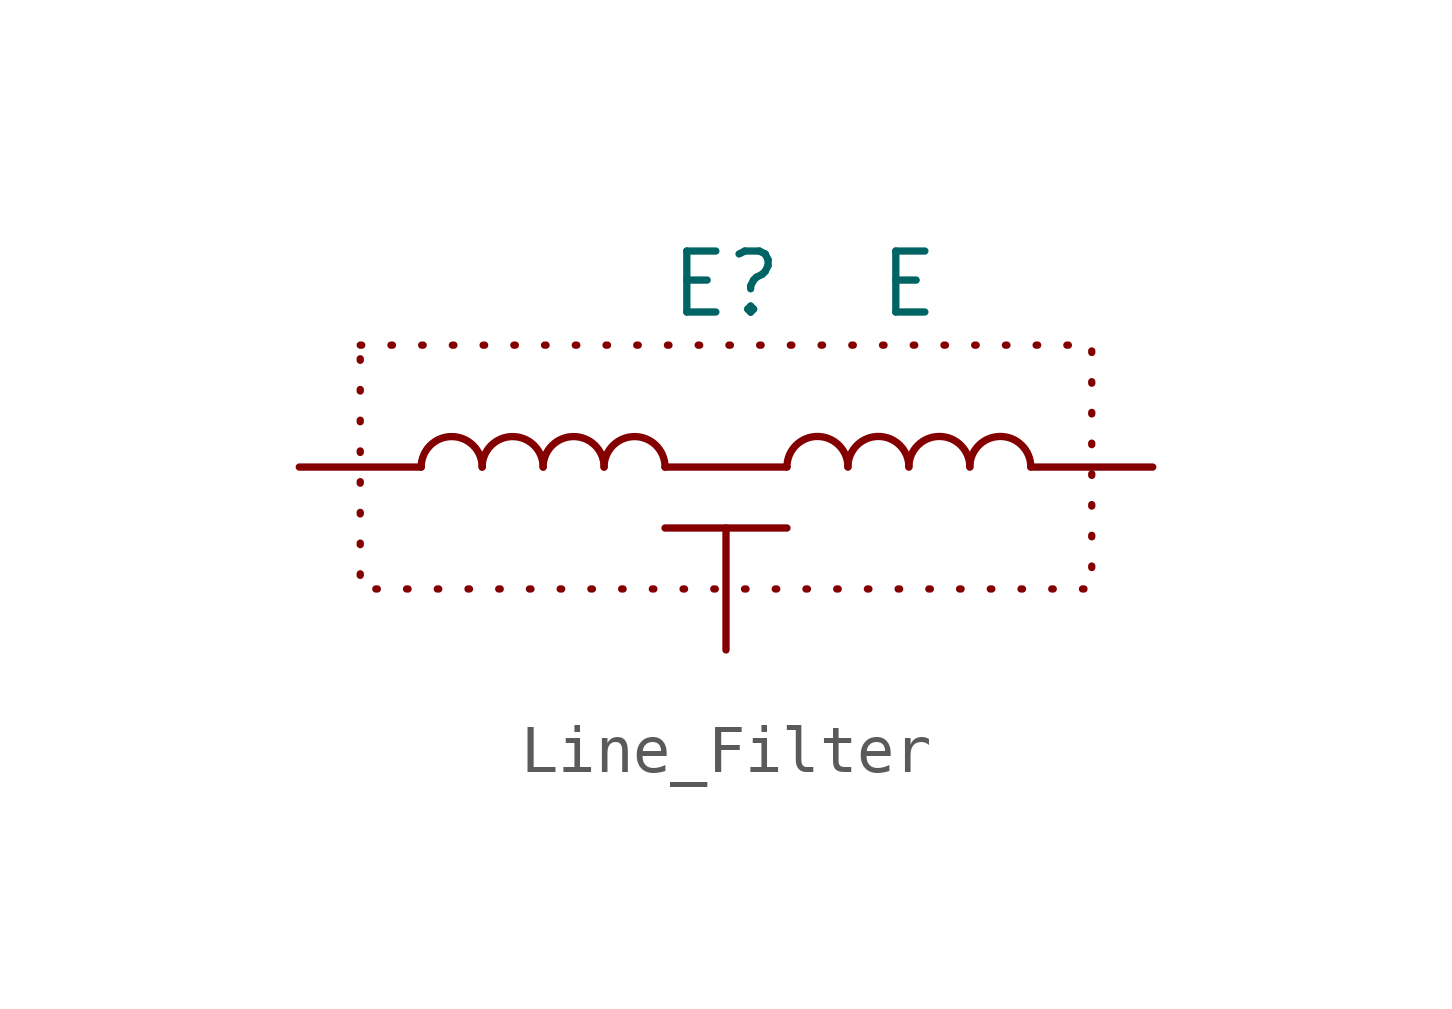
<source format=kicad_sym>
(kicad_symbol_lib
  (version 20220914)
  (generator kicad_symbol_editor)
  (symbol "Line_Filter"
    (pin_numbers hide)
    (pin_names
      (offset 1.016) hide)
    (property "Reference" "E"
      (at -2.54 3.81 0)
      (effects (font (size 1.27 1.27))))
    (property "Value" "E"
      (at 1.27 3.81 0)
      (effects (font (size 1.27 1.27))))
    (symbol "Line_Filter_0_1"
      (arc (start -7.62 0) (mid -8.255 0.6323) (end -8.89 0) (stroke (width 0) (type default)) (fill (type none)))
      (arc (start -6.35 0) (mid -6.985 0.6323) (end -7.62 0) (stroke (width 0) (type default)) (fill (type none)))
      (arc (start -5.08 0) (mid -5.715 0.6323) (end -6.35 0) (stroke (width 0) (type default)) (fill (type none)))
      (arc (start -3.81 0) (mid -4.445 0.6323) (end -5.08 0) (stroke (width 0) (type default)) (fill (type none)))
      (polyline (pts (xy -3.81 -1.27) (xy -1.27 -1.27)) (stroke (width 0) (type default)) (fill (type none)))
      (polyline (pts (xy -3.81 0) (xy -1.27 0)) (stroke (width 0) (type default)) (fill (type none)))
      (arc (start 0 0.0027) (mid -0.635 0.635) (end -1.27 0.0027) (stroke (width 0) (type default)) (fill (type none)))
      (arc (start 1.27 0.0027) (mid 0.635 0.635) (end 0 0.0027) (stroke (width 0) (type default)) (fill (type none)))
      (arc (start 2.54 0.0027) (mid 1.905 0.635) (end 1.27 0.0027) (stroke (width 0) (type default)) (fill (type none)))
      (arc (start 3.81 0.0027) (mid 3.175 0.635) (end 2.54 0.0027) (stroke (width 0) (type default)) (fill (type none))))
    (symbol "Line_Filter_1_1"
      (rectangle (start -10.16 2.54) (end 5.08 -2.54) (stroke (width 0) (type dot)) (fill (type none)))
      (pin passive line (at -11.43 0 0) (length 2.54) (name "1" (effects (font (size 1.27 1.27)))) (number "1" (effects (font (size 1.27 1.27)))))
      (pin passive line (at -2.54 -3.81 90) (length 2.54) (name "" (effects (font (size 1.27 1.27)))) (number "2" (effects (font (size 1.27 1.27)))))
      (pin passive line (at 6.35 0 180) (length 2.54) (name "3" (effects (font (size 1.27 1.27)))) (number "3" (effects (font (size 1.27 1.27))))))))
</source>
